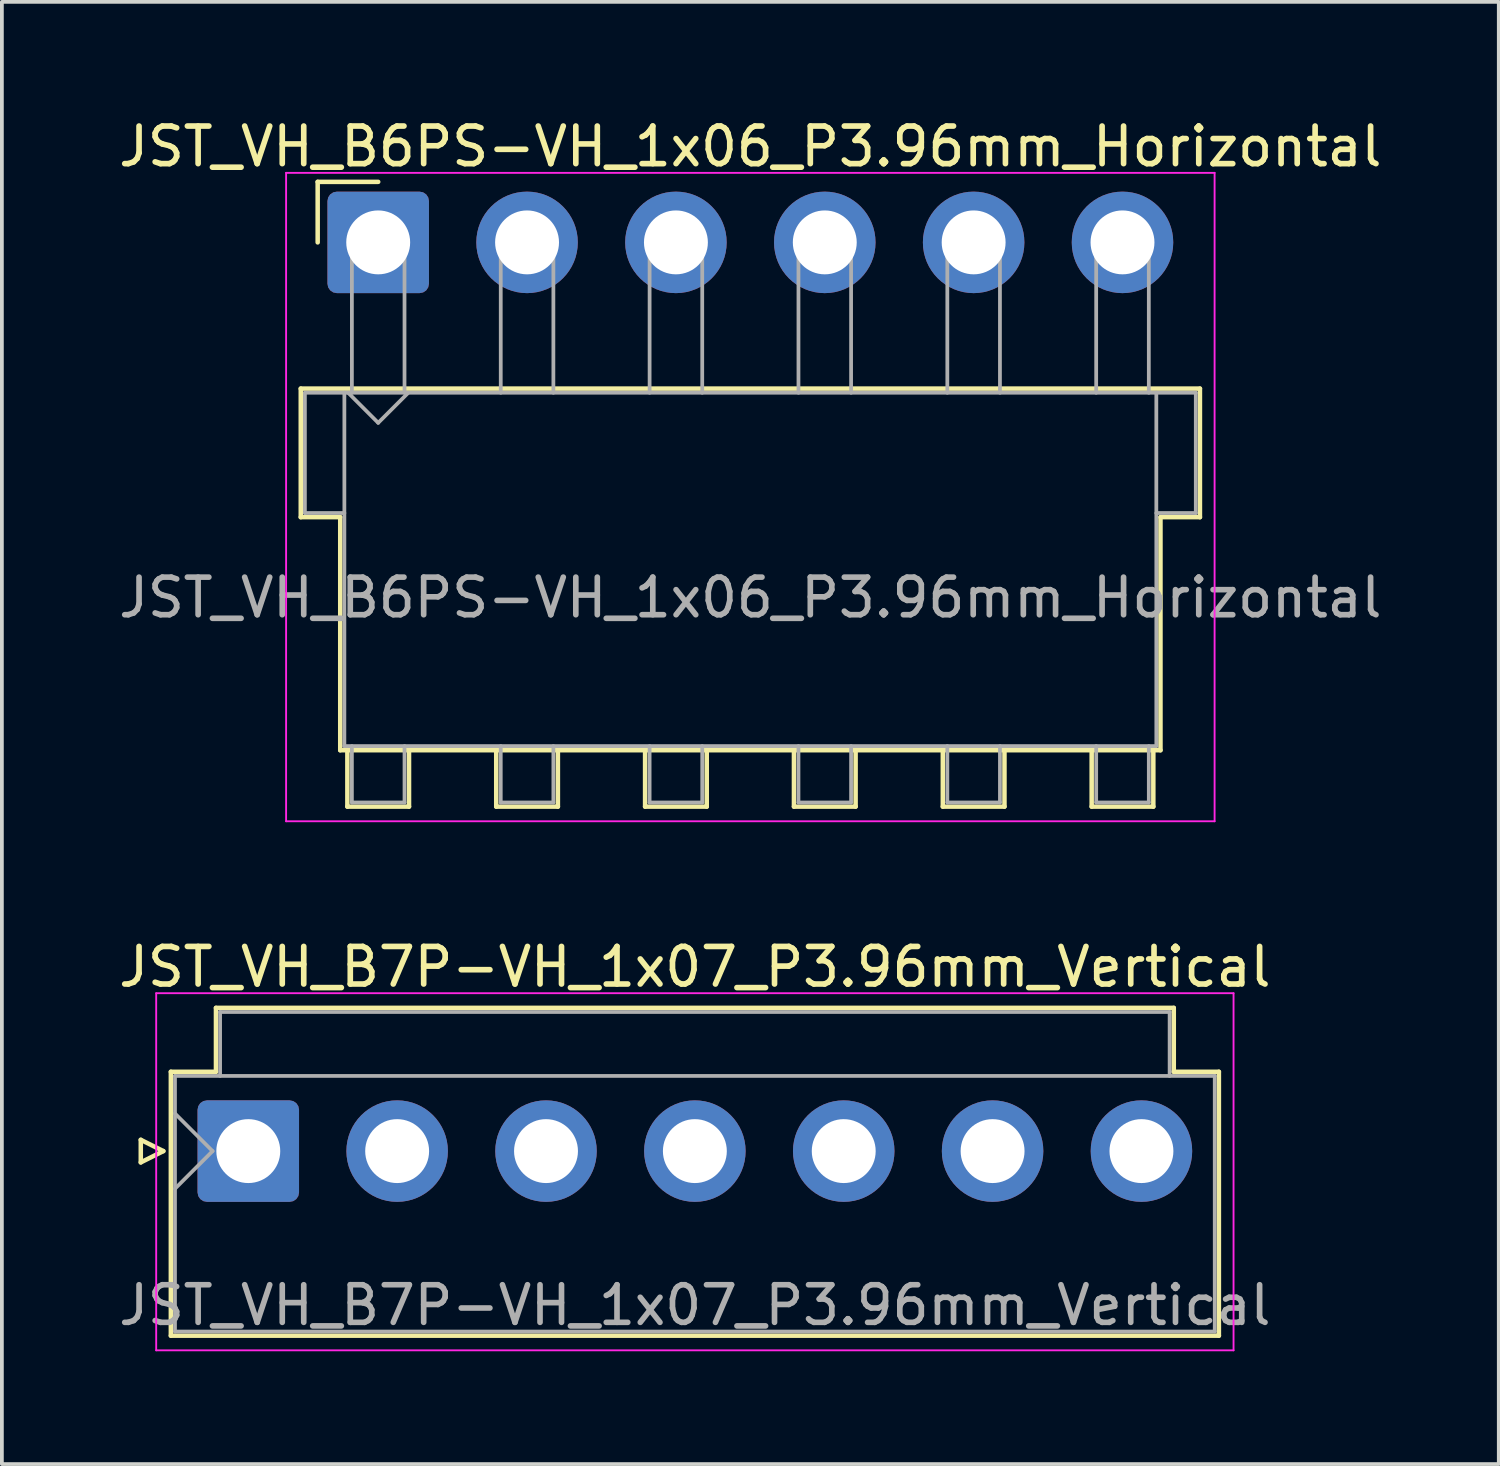
<source format=kicad_pcb>
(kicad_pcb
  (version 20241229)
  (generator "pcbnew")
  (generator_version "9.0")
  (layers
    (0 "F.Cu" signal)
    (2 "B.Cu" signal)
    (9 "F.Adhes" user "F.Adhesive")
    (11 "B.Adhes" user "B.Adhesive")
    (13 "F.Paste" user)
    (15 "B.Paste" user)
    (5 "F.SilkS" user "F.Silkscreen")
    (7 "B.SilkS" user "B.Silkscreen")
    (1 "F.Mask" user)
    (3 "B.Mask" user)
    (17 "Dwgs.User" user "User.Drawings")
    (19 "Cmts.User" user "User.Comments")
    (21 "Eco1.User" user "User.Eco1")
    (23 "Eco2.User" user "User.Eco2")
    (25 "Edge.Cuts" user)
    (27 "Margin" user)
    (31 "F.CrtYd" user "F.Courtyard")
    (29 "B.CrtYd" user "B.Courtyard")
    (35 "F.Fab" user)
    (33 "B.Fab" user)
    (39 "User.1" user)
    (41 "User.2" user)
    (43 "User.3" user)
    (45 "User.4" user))
  (footprint "JST_VH_B7P-VH_1x07_P3.96mm_Vertical"
    (layer "F.Cu")
    (at 3.555 27.572)
    (property "Reference" "JST_VH_B7P-VH_1x07_P3.96mm_Vertical" (at 11.88 -4.9 0) (layer "F.SilkS") (effects (font (size 1 1) (thickness 0.15))))
    (attr through_hole)
    (fp_line (start -2.86 -0.3) (end -2.26 0) (stroke (width 0.12) (type solid)) (layer "F.SilkS"))
    (fp_line (start -2.86 0.3) (end -2.86 -0.3) (stroke (width 0.12) (type solid)) (layer "F.SilkS"))
    (fp_line (start -2.26 0) (end -2.86 0.3) (stroke (width 0.12) (type solid)) (layer "F.SilkS"))
    (fp_line (start -2.06 -2.11) (end -0.86 -2.11) (stroke (width 0.12) (type solid)) (layer "F.SilkS"))
    (fp_line (start -2.06 4.91) (end -2.06 -2.11) (stroke (width 0.12) (type solid)) (layer "F.SilkS"))
    (fp_line (start -0.86 -3.81) (end 24.62 -3.81) (stroke (width 0.12) (type solid)) (layer "F.SilkS"))
    (fp_line (start -0.86 -2.11) (end -0.86 -3.81) (stroke (width 0.12) (type solid)) (layer "F.SilkS"))
    (fp_line (start 24.62 -3.81) (end 24.62 -2.11) (stroke (width 0.12) (type solid)) (layer "F.SilkS"))
    (fp_line (start 24.62 -2.11) (end 25.82 -2.11) (stroke (width 0.12) (type solid)) (layer "F.SilkS"))
    (fp_line (start 25.82 -2.11) (end 25.82 4.91) (stroke (width 0.12) (type solid)) (layer "F.SilkS"))
    (fp_line (start 25.82 4.91) (end -2.06 4.91) (stroke (width 0.12) (type solid)) (layer "F.SilkS"))
    (fp_line (start -2.45 -4.2) (end -2.45 5.3) (stroke (width 0.05) (type solid)) (layer "F.CrtYd"))
    (fp_line (start -2.45 5.3) (end 26.21 5.3) (stroke (width 0.05) (type solid)) (layer "F.CrtYd"))
    (fp_line (start 26.21 -4.2) (end -2.45 -4.2) (stroke (width 0.05) (type solid)) (layer "F.CrtYd"))
    (fp_line (start 26.21 5.3) (end 26.21 -4.2) (stroke (width 0.05) (type solid)) (layer "F.CrtYd"))
    (fp_line (start -1.95 -2) (end -1.95 4.8) (stroke (width 0.1) (type solid)) (layer "F.Fab"))
    (fp_line (start -1.95 -1) (end -0.95 0) (stroke (width 0.1) (type solid)) (layer "F.Fab"))
    (fp_line (start -1.95 1) (end -0.95 0) (stroke (width 0.1) (type solid)) (layer "F.Fab"))
    (fp_line (start -1.95 4.8) (end 25.71 4.8) (stroke (width 0.1) (type solid)) (layer "F.Fab"))
    (fp_line (start -0.75 -3.7) (end 24.51 -3.7) (stroke (width 0.1) (type solid)) (layer "F.Fab"))
    (fp_line (start -0.75 -2) (end -0.75 -3.7) (stroke (width 0.1) (type solid)) (layer "F.Fab"))
    (fp_line (start 24.51 -3.7) (end 24.51 -2) (stroke (width 0.1) (type solid)) (layer "F.Fab"))
    (fp_line (start 25.71 -2) (end -1.95 -2) (stroke (width 0.1) (type solid)) (layer "F.Fab"))
    (fp_line (start 25.71 4.8) (end 25.71 -2) (stroke (width 0.1) (type solid)) (layer "F.Fab"))
    (fp_text user "${REFERENCE}" (at 11.88 4.1 0) (layer "F.Fab") (effects (font (size 1 1) (thickness 0.15))))
    (pad "1" thru_hole roundrect (at 0 0) (size 2.7 2.7) (drill 1.7) (layers "*.Cu" "*.Mask") (roundrect_rratio 0.093))
    (pad "2" thru_hole circle (at 3.96 0) (size 2.7 2.7) (drill 1.7) (layers "*.Cu" "*.Mask"))
    (pad "3" thru_hole circle (at 7.92 0) (size 2.7 2.7) (drill 1.7) (layers "*.Cu" "*.Mask"))
    (pad "4" thru_hole circle (at 11.88 0) (size 2.7 2.7) (drill 1.7) (layers "*.Cu" "*.Mask"))
    (pad "5" thru_hole circle (at 15.84 0) (size 2.7 2.7) (drill 1.7) (layers "*.Cu" "*.Mask"))
    (pad "6" thru_hole circle (at 19.8 0) (size 2.7 2.7) (drill 1.7) (layers "*.Cu" "*.Mask"))
    (pad "7" thru_hole circle (at 23.76 0) (size 2.7 2.7) (drill 1.7) (layers "*.Cu" "*.Mask")))
  (footprint "JST_VH_B6PS-VH_1x06_P3.96mm_Horizontal"
    (layer "F.Cu")
    (at 7.011 3.398)
    (property "Reference" "JST_VH_B6PS-VH_1x06_P3.96mm_Horizontal" (at 9.9 -2.55 0) (layer "F.SilkS") (effects (font (size 1 1) (thickness 0.15))))
    (attr through_hole)
    (fp_line (start -2.06 3.89) (end 21.86 3.89) (stroke (width 0.12) (type solid)) (layer "F.SilkS"))
    (fp_line (start -2.06 7.31) (end -2.06 3.89) (stroke (width 0.12) (type solid)) (layer "F.SilkS"))
    (fp_line (start -1.61 -1.61) (end -1.61 0) (stroke (width 0.12) (type solid)) (layer "F.SilkS"))
    (fp_line (start -1.01 7.31) (end -2.06 7.31) (stroke (width 0.12) (type solid)) (layer "F.SilkS"))
    (fp_line (start -1.01 13.51) (end -1.01 7.31) (stroke (width 0.12) (type solid)) (layer "F.SilkS"))
    (fp_line (start -0.82 13.51) (end -0.82 15.01) (stroke (width 0.12) (type solid)) (layer "F.SilkS"))
    (fp_line (start -0.82 15.01) (end 0.82 15.01) (stroke (width 0.12) (type solid)) (layer "F.SilkS"))
    (fp_line (start 0 -1.61) (end -1.61 -1.61) (stroke (width 0.12) (type solid)) (layer "F.SilkS"))
    (fp_line (start 0.82 15.01) (end 0.82 13.51) (stroke (width 0.12) (type solid)) (layer "F.SilkS"))
    (fp_line (start 3.14 13.51) (end 3.14 15.01) (stroke (width 0.12) (type solid)) (layer "F.SilkS"))
    (fp_line (start 3.14 15.01) (end 4.78 15.01) (stroke (width 0.12) (type solid)) (layer "F.SilkS"))
    (fp_line (start 4.78 15.01) (end 4.78 13.51) (stroke (width 0.12) (type solid)) (layer "F.SilkS"))
    (fp_line (start 7.1 13.51) (end 7.1 15.01) (stroke (width 0.12) (type solid)) (layer "F.SilkS"))
    (fp_line (start 7.1 15.01) (end 8.74 15.01) (stroke (width 0.12) (type solid)) (layer "F.SilkS"))
    (fp_line (start 8.74 15.01) (end 8.74 13.51) (stroke (width 0.12) (type solid)) (layer "F.SilkS"))
    (fp_line (start 11.06 13.51) (end 11.06 15.01) (stroke (width 0.12) (type solid)) (layer "F.SilkS"))
    (fp_line (start 11.06 15.01) (end 12.7 15.01) (stroke (width 0.12) (type solid)) (layer "F.SilkS"))
    (fp_line (start 12.7 15.01) (end 12.7 13.51) (stroke (width 0.12) (type solid)) (layer "F.SilkS"))
    (fp_line (start 15.02 13.51) (end 15.02 15.01) (stroke (width 0.12) (type solid)) (layer "F.SilkS"))
    (fp_line (start 15.02 15.01) (end 16.66 15.01) (stroke (width 0.12) (type solid)) (layer "F.SilkS"))
    (fp_line (start 16.66 15.01) (end 16.66 13.51) (stroke (width 0.12) (type solid)) (layer "F.SilkS"))
    (fp_line (start 18.98 13.51) (end 18.98 15.01) (stroke (width 0.12) (type solid)) (layer "F.SilkS"))
    (fp_line (start 18.98 15.01) (end 20.62 15.01) (stroke (width 0.12) (type solid)) (layer "F.SilkS"))
    (fp_line (start 20.62 15.01) (end 20.62 13.51) (stroke (width 0.12) (type solid)) (layer "F.SilkS"))
    (fp_line (start 20.81 7.31) (end 20.81 13.51) (stroke (width 0.12) (type solid)) (layer "F.SilkS"))
    (fp_line (start 20.81 13.51) (end -1.01 13.51) (stroke (width 0.12) (type solid)) (layer "F.SilkS"))
    (fp_line (start 21.86 3.89) (end 21.86 7.31) (stroke (width 0.12) (type solid)) (layer "F.SilkS"))
    (fp_line (start 21.86 7.31) (end 20.81 7.31) (stroke (width 0.12) (type solid)) (layer "F.SilkS"))
    (fp_line (start -2.45 -1.85) (end -2.45 15.4) (stroke (width 0.05) (type solid)) (layer "F.CrtYd"))
    (fp_line (start -2.45 15.4) (end 22.25 15.4) (stroke (width 0.05) (type solid)) (layer "F.CrtYd"))
    (fp_line (start 22.25 -1.85) (end -2.45 -1.85) (stroke (width 0.05) (type solid)) (layer "F.CrtYd"))
    (fp_line (start 22.25 15.4) (end 22.25 -1.85) (stroke (width 0.05) (type solid)) (layer "F.CrtYd"))
    (fp_line (start -1.95 4) (end -0.9 4) (stroke (width 0.1) (type solid)) (layer "F.Fab"))
    (fp_line (start -1.95 7.2) (end -1.95 4) (stroke (width 0.1) (type solid)) (layer "F.Fab"))
    (fp_line (start -0.9 4) (end -0.9 13.4) (stroke (width 0.1) (type solid)) (layer "F.Fab"))
    (fp_line (start -0.9 7.2) (end -1.95 7.2) (stroke (width 0.1) (type solid)) (layer "F.Fab"))
    (fp_line (start -0.9 13.4) (end 20.7 13.4) (stroke (width 0.1) (type solid)) (layer "F.Fab"))
    (fp_line (start -0.8 4) (end 0 4.8) (stroke (width 0.1) (type solid)) (layer "F.Fab"))
    (fp_line (start -0.7 0) (end 0.7 0) (stroke (width 0.1) (type solid)) (layer "F.Fab"))
    (fp_line (start -0.7 4) (end -0.7 0) (stroke (width 0.1) (type solid)) (layer "F.Fab"))
    (fp_line (start -0.7 13.4) (end -0.7 14.9) (stroke (width 0.1) (type solid)) (layer "F.Fab"))
    (fp_line (start -0.7 14.9) (end 0.7 14.9) (stroke (width 0.1) (type solid)) (layer "F.Fab"))
    (fp_line (start 0 4.8) (end 0.8 4) (stroke (width 0.1) (type solid)) (layer "F.Fab"))
    (fp_line (start 0.7 0) (end 0.7 4) (stroke (width 0.1) (type solid)) (layer "F.Fab"))
    (fp_line (start 0.7 14.9) (end 0.7 13.4) (stroke (width 0.1) (type solid)) (layer "F.Fab"))
    (fp_line (start 3.26 0) (end 4.66 0) (stroke (width 0.1) (type solid)) (layer "F.Fab"))
    (fp_line (start 3.26 4) (end 3.26 0) (stroke (width 0.1) (type solid)) (layer "F.Fab"))
    (fp_line (start 3.26 13.4) (end 3.26 14.9) (stroke (width 0.1) (type solid)) (layer "F.Fab"))
    (fp_line (start 3.26 14.9) (end 4.66 14.9) (stroke (width 0.1) (type solid)) (layer "F.Fab"))
    (fp_line (start 4.66 0) (end 4.66 4) (stroke (width 0.1) (type solid)) (layer "F.Fab"))
    (fp_line (start 4.66 14.9) (end 4.66 13.4) (stroke (width 0.1) (type solid)) (layer "F.Fab"))
    (fp_line (start 7.22 0) (end 8.62 0) (stroke (width 0.1) (type solid)) (layer "F.Fab"))
    (fp_line (start 7.22 4) (end 7.22 0) (stroke (width 0.1) (type solid)) (layer "F.Fab"))
    (fp_line (start 7.22 13.4) (end 7.22 14.9) (stroke (width 0.1) (type solid)) (layer "F.Fab"))
    (fp_line (start 7.22 14.9) (end 8.62 14.9) (stroke (width 0.1) (type solid)) (layer "F.Fab"))
    (fp_line (start 8.62 0) (end 8.62 4) (stroke (width 0.1) (type solid)) (layer "F.Fab"))
    (fp_line (start 8.62 14.9) (end 8.62 13.4) (stroke (width 0.1) (type solid)) (layer "F.Fab"))
    (fp_line (start 11.18 0) (end 12.58 0) (stroke (width 0.1) (type solid)) (layer "F.Fab"))
    (fp_line (start 11.18 4) (end 11.18 0) (stroke (width 0.1) (type solid)) (layer "F.Fab"))
    (fp_line (start 11.18 13.4) (end 11.18 14.9) (stroke (width 0.1) (type solid)) (layer "F.Fab"))
    (fp_line (start 11.18 14.9) (end 12.58 14.9) (stroke (width 0.1) (type solid)) (layer "F.Fab"))
    (fp_line (start 12.58 0) (end 12.58 4) (stroke (width 0.1) (type solid)) (layer "F.Fab"))
    (fp_line (start 12.58 14.9) (end 12.58 13.4) (stroke (width 0.1) (type solid)) (layer "F.Fab"))
    (fp_line (start 15.14 0) (end 16.54 0) (stroke (width 0.1) (type solid)) (layer "F.Fab"))
    (fp_line (start 15.14 4) (end 15.14 0) (stroke (width 0.1) (type solid)) (layer "F.Fab"))
    (fp_line (start 15.14 13.4) (end 15.14 14.9) (stroke (width 0.1) (type solid)) (layer "F.Fab"))
    (fp_line (start 15.14 14.9) (end 16.54 14.9) (stroke (width 0.1) (type solid)) (layer "F.Fab"))
    (fp_line (start 16.54 0) (end 16.54 4) (stroke (width 0.1) (type solid)) (layer "F.Fab"))
    (fp_line (start 16.54 14.9) (end 16.54 13.4) (stroke (width 0.1) (type solid)) (layer "F.Fab"))
    (fp_line (start 19.1 0) (end 20.5 0) (stroke (width 0.1) (type solid)) (layer "F.Fab"))
    (fp_line (start 19.1 4) (end 19.1 0) (stroke (width 0.1) (type solid)) (layer "F.Fab"))
    (fp_line (start 19.1 13.4) (end 19.1 14.9) (stroke (width 0.1) (type solid)) (layer "F.Fab"))
    (fp_line (start 19.1 14.9) (end 20.5 14.9) (stroke (width 0.1) (type solid)) (layer "F.Fab"))
    (fp_line (start 20.5 0) (end 20.5 4) (stroke (width 0.1) (type solid)) (layer "F.Fab"))
    (fp_line (start 20.5 14.9) (end 20.5 13.4) (stroke (width 0.1) (type solid)) (layer "F.Fab"))
    (fp_line (start 20.7 4) (end -0.9 4) (stroke (width 0.1) (type solid)) (layer "F.Fab"))
    (fp_line (start 20.7 4) (end 21.75 4) (stroke (width 0.1) (type solid)) (layer "F.Fab"))
    (fp_line (start 20.7 13.4) (end 20.7 4) (stroke (width 0.1) (type solid)) (layer "F.Fab"))
    (fp_line (start 21.75 4) (end 21.75 7.2) (stroke (width 0.1) (type solid)) (layer "F.Fab"))
    (fp_line (start 21.75 7.2) (end 20.7 7.2) (stroke (width 0.1) (type solid)) (layer "F.Fab"))
    (fp_text user "${REFERENCE}" (at 9.9 9.45 0) (layer "F.Fab") (effects (font (size 1 1) (thickness 0.15))))
    (pad "1" thru_hole roundrect (at 0 0) (size 2.7 2.7) (drill 1.7) (layers "*.Cu" "*.Mask") (roundrect_rratio 0.093))
    (pad "2" thru_hole circle (at 3.96 0) (size 2.7 2.7) (drill 1.7) (layers "*.Cu" "*.Mask"))
    (pad "3" thru_hole circle (at 7.92 0) (size 2.7 2.7) (drill 1.7) (layers "*.Cu" "*.Mask"))
    (pad "4" thru_hole circle (at 11.88 0) (size 2.7 2.7) (drill 1.7) (layers "*.Cu" "*.Mask"))
    (pad "5" thru_hole circle (at 15.84 0) (size 2.7 2.7) (drill 1.7) (layers "*.Cu" "*.Mask"))
    (pad "6" thru_hole circle (at 19.8 0) (size 2.7 2.7) (drill 1.7) (layers "*.Cu" "*.Mask")))
  (gr_rect
    (start -3 -3)
    (end 36.821 35.897)
    (stroke (width 0.1) (type default))
    (fill no)
    (layer "Edge.Cuts")))
</source>
